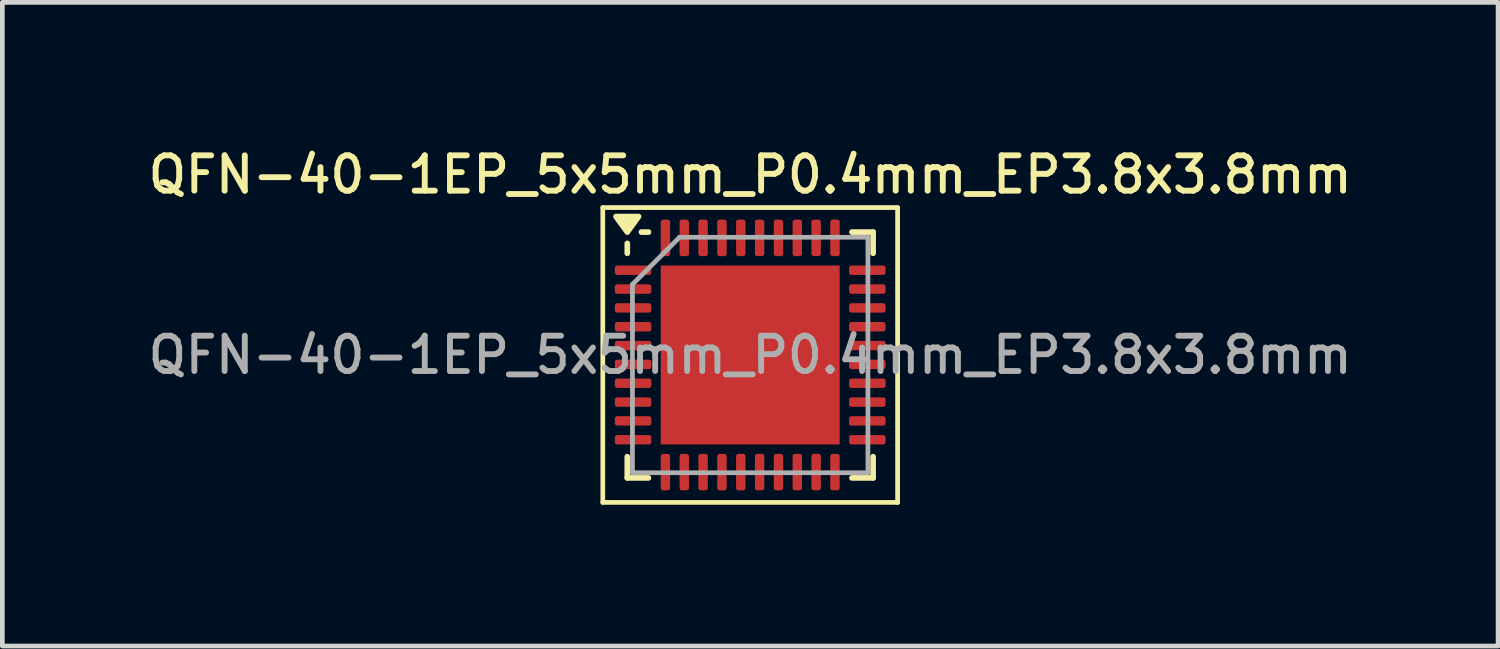
<source format=kicad_pcb>
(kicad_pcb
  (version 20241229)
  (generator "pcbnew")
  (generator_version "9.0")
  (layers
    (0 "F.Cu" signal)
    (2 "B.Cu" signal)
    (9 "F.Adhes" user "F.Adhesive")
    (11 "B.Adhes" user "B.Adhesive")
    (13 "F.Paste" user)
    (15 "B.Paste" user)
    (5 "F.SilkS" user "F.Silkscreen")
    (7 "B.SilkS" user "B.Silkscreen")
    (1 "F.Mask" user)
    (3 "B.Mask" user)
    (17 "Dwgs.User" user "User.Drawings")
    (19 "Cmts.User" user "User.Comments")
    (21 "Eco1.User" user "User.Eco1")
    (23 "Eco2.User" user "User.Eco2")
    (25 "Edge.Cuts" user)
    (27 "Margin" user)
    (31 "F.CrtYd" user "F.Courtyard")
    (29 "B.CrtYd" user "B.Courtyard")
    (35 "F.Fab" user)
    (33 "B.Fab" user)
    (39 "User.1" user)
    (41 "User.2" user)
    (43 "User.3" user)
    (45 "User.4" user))
  (footprint "QFN-40-1EP_5x5mm_P0.4mm_EP3.8x3.8mm"
    (layer "F.Cu")
    (at 12.88 4.488)
    (property "Reference" "QFN-40-1EP_5x5mm_P0.4mm_EP3.8x3.8mm" (at 0 -3.83 0) (layer "F.SilkS") (effects (font (size 0.75 0.75) (thickness 0.125))))
    (attr smd)
    (fp_line (start -3.13 -3.13) (end -3.13 3.13) (stroke (width 0.1) (type solid)) (layer "F.SilkS"))
    (fp_line (start -3.13 3.13) (end 3.13 3.13) (stroke (width 0.1) (type solid)) (layer "F.SilkS"))
    (fp_line (start -2.61 -2.16) (end -2.61 -2.37) (stroke (width 0.12) (type solid)) (layer "F.SilkS"))
    (fp_line (start -2.61 2.61) (end -2.61 2.16) (stroke (width 0.12) (type solid)) (layer "F.SilkS"))
    (fp_line (start -2.16 -2.61) (end -2.31 -2.61) (stroke (width 0.12) (type solid)) (layer "F.SilkS"))
    (fp_line (start -2.16 2.61) (end -2.61 2.61) (stroke (width 0.12) (type solid)) (layer "F.SilkS"))
    (fp_line (start 2.16 -2.61) (end 2.61 -2.61) (stroke (width 0.12) (type solid)) (layer "F.SilkS"))
    (fp_line (start 2.16 2.61) (end 2.61 2.61) (stroke (width 0.12) (type solid)) (layer "F.SilkS"))
    (fp_line (start 2.61 -2.61) (end 2.61 -2.16) (stroke (width 0.12) (type solid)) (layer "F.SilkS"))
    (fp_line (start 2.61 2.61) (end 2.61 2.16) (stroke (width 0.12) (type solid)) (layer "F.SilkS"))
    (fp_line (start 3.13 -3.13) (end -3.13 -3.13) (stroke (width 0.1) (type solid)) (layer "F.SilkS"))
    (fp_line (start 3.13 3.13) (end 3.13 -3.13) (stroke (width 0.1) (type solid)) (layer "F.SilkS"))
    (fp_poly (pts (xy -2.61 -2.61) (xy -2.85 -2.94) (xy -2.37 -2.94) (xy -2.61 -2.61)) (stroke (width 0.12) (type solid)) (fill yes) (layer "F.SilkS"))
    (fp_line (start -2.5 -1.5) (end -1.5 -2.5) (stroke (width 0.1) (type solid)) (layer "F.Fab"))
    (fp_line (start -2.5 2.5) (end -2.5 -1.5) (stroke (width 0.1) (type solid)) (layer "F.Fab"))
    (fp_line (start -1.5 -2.5) (end 2.5 -2.5) (stroke (width 0.1) (type solid)) (layer "F.Fab"))
    (fp_line (start 2.5 -2.5) (end 2.5 2.5) (stroke (width 0.1) (type solid)) (layer "F.Fab"))
    (fp_line (start 2.5 2.5) (end -2.5 2.5) (stroke (width 0.1) (type solid)) (layer "F.Fab"))
    (fp_text user "${REFERENCE}" (at 0 0 0) (layer "F.Fab") (effects (font (size 0.75 0.75) (thickness 0.125))))
    (pad "" smd roundrect (at -1.27 -1.27) (size 1.02 1.02) (layers "F.Paste") (roundrect_rratio 0.245))
    (pad "" smd roundrect (at -1.27 0) (size 1.02 1.02) (layers "F.Paste") (roundrect_rratio 0.245))
    (pad "" smd roundrect (at -1.27 1.27) (size 1.02 1.02) (layers "F.Paste") (roundrect_rratio 0.245))
    (pad "" smd roundrect (at 0 -1.27) (size 1.02 1.02) (layers "F.Paste") (roundrect_rratio 0.245))
    (pad "" smd roundrect (at 0 0) (size 1.02 1.02) (layers "F.Paste") (roundrect_rratio 0.245))
    (pad "" smd roundrect (at 0 1.27) (size 1.02 1.02) (layers "F.Paste") (roundrect_rratio 0.245))
    (pad "" smd roundrect (at 1.27 -1.27) (size 1.02 1.02) (layers "F.Paste") (roundrect_rratio 0.245))
    (pad "" smd roundrect (at 1.27 0) (size 1.02 1.02) (layers "F.Paste") (roundrect_rratio 0.245))
    (pad "" smd roundrect (at 1.27 1.27) (size 1.02 1.02) (layers "F.Paste") (roundrect_rratio 0.245))
    (pad "1" smd roundrect (at -2.487 -1.8) (size 0.775 0.2) (layers "F.Cu" "F.Mask" "F.Paste") (roundrect_rratio 0.25))
    (pad "2" smd roundrect (at -2.487 -1.4) (size 0.775 0.2) (layers "F.Cu" "F.Mask" "F.Paste") (roundrect_rratio 0.25))
    (pad "3" smd roundrect (at -2.487 -1) (size 0.775 0.2) (layers "F.Cu" "F.Mask" "F.Paste") (roundrect_rratio 0.25))
    (pad "4" smd roundrect (at -2.487 -0.6) (size 0.775 0.2) (layers "F.Cu" "F.Mask" "F.Paste") (roundrect_rratio 0.25))
    (pad "5" smd roundrect (at -2.487 -0.2) (size 0.775 0.2) (layers "F.Cu" "F.Mask" "F.Paste") (roundrect_rratio 0.25))
    (pad "6" smd roundrect (at -2.487 0.2) (size 0.775 0.2) (layers "F.Cu" "F.Mask" "F.Paste") (roundrect_rratio 0.25))
    (pad "7" smd roundrect (at -2.487 0.6) (size 0.775 0.2) (layers "F.Cu" "F.Mask" "F.Paste") (roundrect_rratio 0.25))
    (pad "8" smd roundrect (at -2.487 1) (size 0.775 0.2) (layers "F.Cu" "F.Mask" "F.Paste") (roundrect_rratio 0.25))
    (pad "9" smd roundrect (at -2.487 1.4) (size 0.775 0.2) (layers "F.Cu" "F.Mask" "F.Paste") (roundrect_rratio 0.25))
    (pad "10" smd roundrect (at -2.487 1.8) (size 0.775 0.2) (layers "F.Cu" "F.Mask" "F.Paste") (roundrect_rratio 0.25))
    (pad "11" smd roundrect (at -1.8 2.487) (size 0.2 0.775) (layers "F.Cu" "F.Mask" "F.Paste") (roundrect_rratio 0.25))
    (pad "12" smd roundrect (at -1.4 2.487) (size 0.2 0.775) (layers "F.Cu" "F.Mask" "F.Paste") (roundrect_rratio 0.25))
    (pad "13" smd roundrect (at -1 2.487) (size 0.2 0.775) (layers "F.Cu" "F.Mask" "F.Paste") (roundrect_rratio 0.25))
    (pad "14" smd roundrect (at -0.6 2.487) (size 0.2 0.775) (layers "F.Cu" "F.Mask" "F.Paste") (roundrect_rratio 0.25))
    (pad "15" smd roundrect (at -0.2 2.487) (size 0.2 0.775) (layers "F.Cu" "F.Mask" "F.Paste") (roundrect_rratio 0.25))
    (pad "16" smd roundrect (at 0.2 2.487) (size 0.2 0.775) (layers "F.Cu" "F.Mask" "F.Paste") (roundrect_rratio 0.25))
    (pad "17" smd roundrect (at 0.6 2.487) (size 0.2 0.775) (layers "F.Cu" "F.Mask" "F.Paste") (roundrect_rratio 0.25))
    (pad "18" smd roundrect (at 1 2.487) (size 0.2 0.775) (layers "F.Cu" "F.Mask" "F.Paste") (roundrect_rratio 0.25))
    (pad "19" smd roundrect (at 1.4 2.487) (size 0.2 0.775) (layers "F.Cu" "F.Mask" "F.Paste") (roundrect_rratio 0.25))
    (pad "20" smd roundrect (at 1.8 2.487) (size 0.2 0.775) (layers "F.Cu" "F.Mask" "F.Paste") (roundrect_rratio 0.25))
    (pad "21" smd roundrect (at 2.487 1.8) (size 0.775 0.2) (layers "F.Cu" "F.Mask" "F.Paste") (roundrect_rratio 0.25))
    (pad "22" smd roundrect (at 2.487 1.4) (size 0.775 0.2) (layers "F.Cu" "F.Mask" "F.Paste") (roundrect_rratio 0.25))
    (pad "23" smd roundrect (at 2.487 1) (size 0.775 0.2) (layers "F.Cu" "F.Mask" "F.Paste") (roundrect_rratio 0.25))
    (pad "24" smd roundrect (at 2.487 0.6) (size 0.775 0.2) (layers "F.Cu" "F.Mask" "F.Paste") (roundrect_rratio 0.25))
    (pad "25" smd roundrect (at 2.487 0.2) (size 0.775 0.2) (layers "F.Cu" "F.Mask" "F.Paste") (roundrect_rratio 0.25))
    (pad "26" smd roundrect (at 2.487 -0.2) (size 0.775 0.2) (layers "F.Cu" "F.Mask" "F.Paste") (roundrect_rratio 0.25))
    (pad "27" smd roundrect (at 2.487 -0.6) (size 0.775 0.2) (layers "F.Cu" "F.Mask" "F.Paste") (roundrect_rratio 0.25))
    (pad "28" smd roundrect (at 2.487 -1) (size 0.775 0.2) (layers "F.Cu" "F.Mask" "F.Paste") (roundrect_rratio 0.25))
    (pad "29" smd roundrect (at 2.487 -1.4) (size 0.775 0.2) (layers "F.Cu" "F.Mask" "F.Paste") (roundrect_rratio 0.25))
    (pad "30" smd roundrect (at 2.487 -1.8) (size 0.775 0.2) (layers "F.Cu" "F.Mask" "F.Paste") (roundrect_rratio 0.25))
    (pad "31" smd roundrect (at 1.8 -2.487) (size 0.2 0.775) (layers "F.Cu" "F.Mask" "F.Paste") (roundrect_rratio 0.25))
    (pad "32" smd roundrect (at 1.4 -2.487) (size 0.2 0.775) (layers "F.Cu" "F.Mask" "F.Paste") (roundrect_rratio 0.25))
    (pad "33" smd roundrect (at 1 -2.487) (size 0.2 0.775) (layers "F.Cu" "F.Mask" "F.Paste") (roundrect_rratio 0.25))
    (pad "34" smd roundrect (at 0.6 -2.487) (size 0.2 0.775) (layers "F.Cu" "F.Mask" "F.Paste") (roundrect_rratio 0.25))
    (pad "35" smd roundrect (at 0.2 -2.487) (size 0.2 0.775) (layers "F.Cu" "F.Mask" "F.Paste") (roundrect_rratio 0.25))
    (pad "36" smd roundrect (at -0.2 -2.487) (size 0.2 0.775) (layers "F.Cu" "F.Mask" "F.Paste") (roundrect_rratio 0.25))
    (pad "37" smd roundrect (at -0.6 -2.487) (size 0.2 0.775) (layers "F.Cu" "F.Mask" "F.Paste") (roundrect_rratio 0.25))
    (pad "38" smd roundrect (at -1 -2.487) (size 0.2 0.775) (layers "F.Cu" "F.Mask" "F.Paste") (roundrect_rratio 0.25))
    (pad "39" smd roundrect (at -1.4 -2.487) (size 0.2 0.775) (layers "F.Cu" "F.Mask" "F.Paste") (roundrect_rratio 0.25))
    (pad "40" smd roundrect (at -1.8 -2.487) (size 0.2 0.775) (layers "F.Cu" "F.Mask" "F.Paste") (roundrect_rratio 0.25))
    (pad "41" smd rect (at 0 0) (size 3.8 3.8) (property pad_prop_heatsink) (layers "F.Cu" "F.Mask")))
  (gr_rect
    (start -3 -3)
    (end 28.761 10.668)
    (stroke (width 0.1) (type default))
    (fill no)
    (layer "Edge.Cuts")))
</source>
